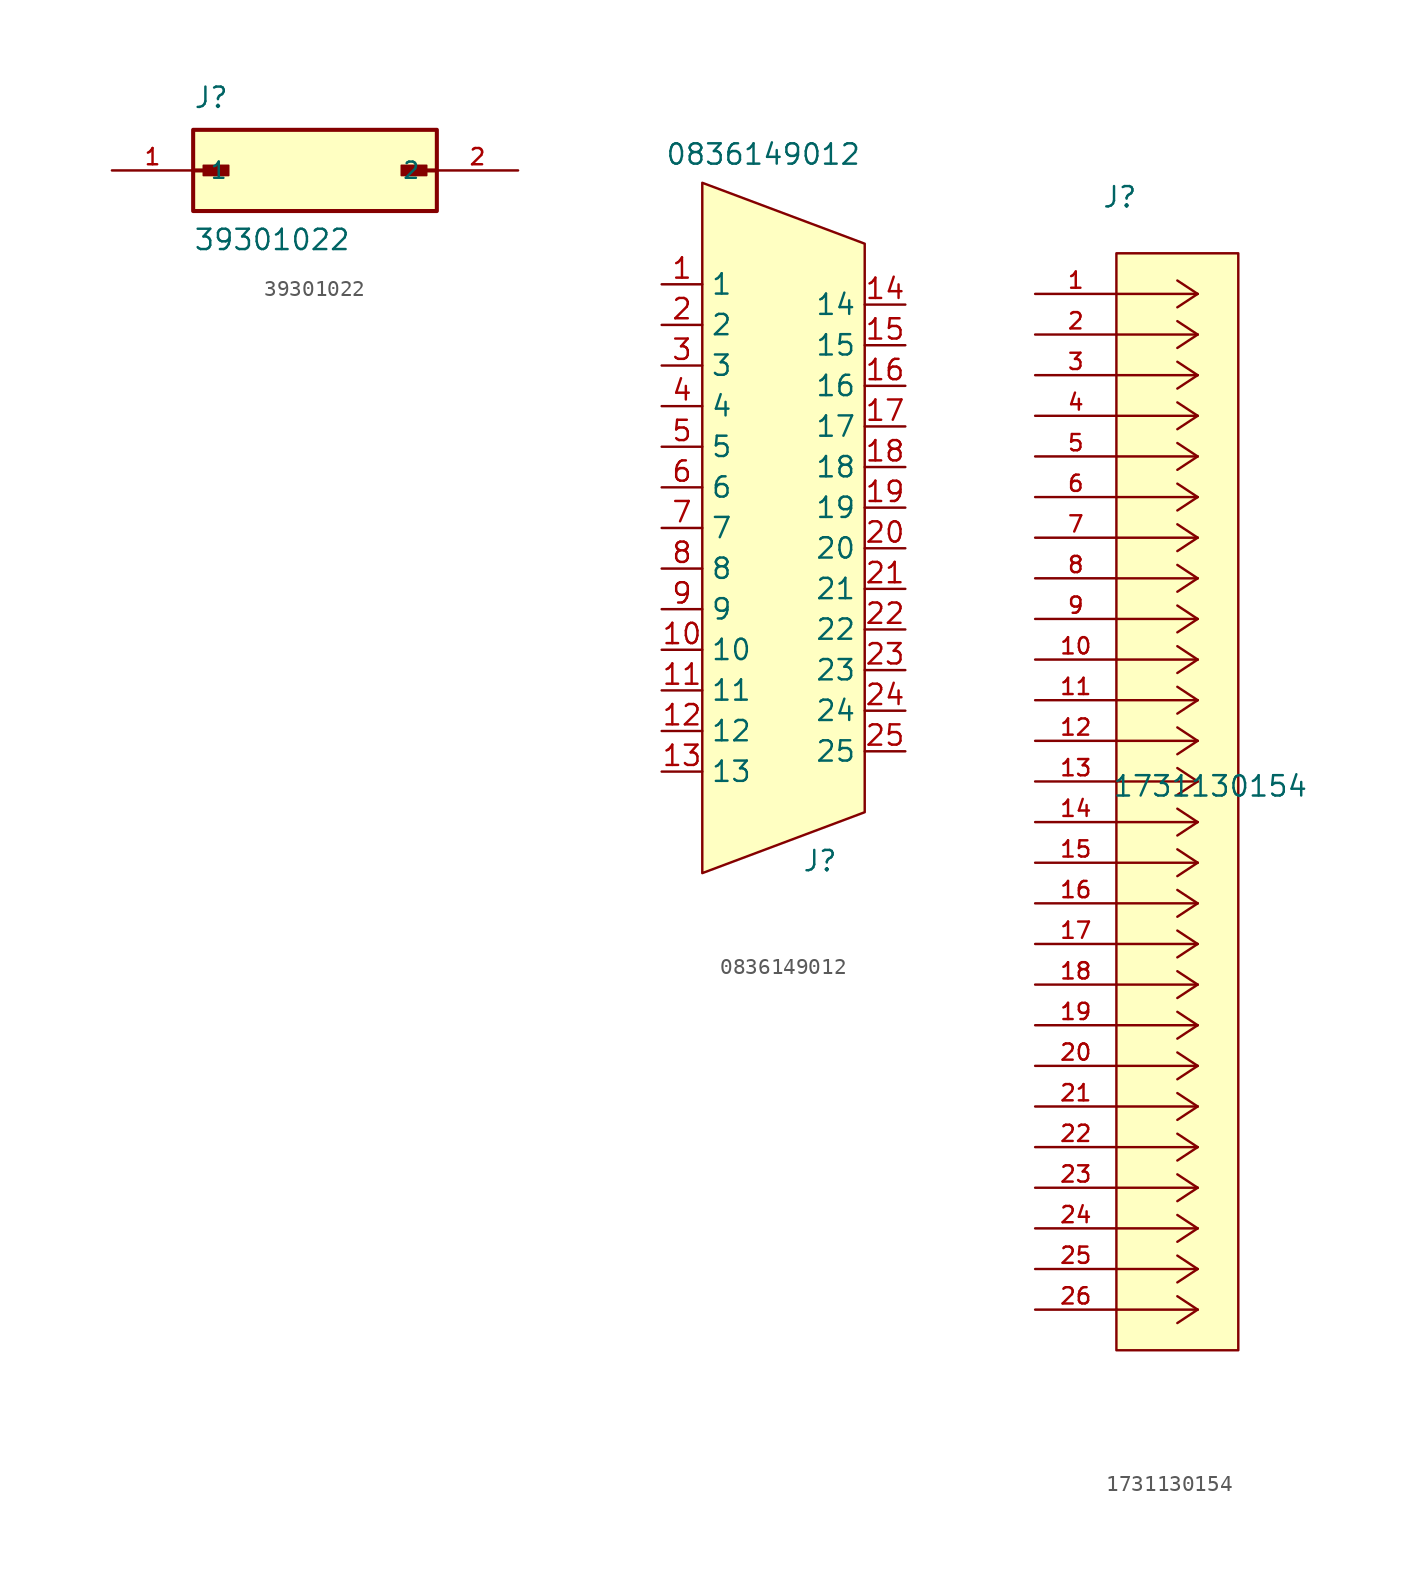
<source format=kicad_sym>
(kicad_symbol_lib
  (version 20241209)
  (generator "kicad_symbol_editor")
  (generator_version "9.0")
  (symbol "39301022"
    (pin_names
      (offset 1.016))
    (property "Reference" "J"
      (at -7.62 3.81 0)
      (effects (font (size 1.27 1.27)) (justify left bottom)))
    (property "Value" "39301022"
      (at -7.62 -5.08 0)
      (effects (font (size 1.27 1.27)) (justify left bottom)))
    (symbol "39301022_0_0"
      (polyline (pts (xy -7.62 0) (xy -5.715 0)) (stroke (width 0.254) (type default)) (fill (type none)))
      (rectangle (start -7.62 -2.54) (end 7.62 2.54) (stroke (width 0.254) (type default)) (fill (type background)))
      (rectangle (start -6.985 -0.318) (end -5.397 0.318) (stroke (width 0.1) (type default)) (fill (type outline)))
      (rectangle (start 5.397 -0.318) (end 6.985 0.318) (stroke (width 0.1) (type default)) (fill (type outline)))
      (polyline (pts (xy 7.62 0) (xy 5.715 0)) (stroke (width 0.254) (type default)) (fill (type none)))
      (pin passive line (at -12.7 0 0) (length 5.08) (name "1" (effects (font (size 1.016 1.016)))) (number "1" (effects (font (size 1.016 1.016)))))
      (pin passive line (at 12.7 0 180) (length 5.08) (name "2" (effects (font (size 1.016 1.016)))) (number "2" (effects (font (size 1.016 1.016)))))))
  (symbol "0836149012"
    (property "Reference" "J"
      (at 3.556 -39.878 0)
      (effects (font (size 1.27 1.27))))
    (property "Value" "0836149012"
      (at 0 4.318 0)
      (effects (font (size 1.27 1.27))))
    (symbol "0836149012_1_1"
      (polyline (pts (xy -3.81 0) (xy -3.81 -40.64) (xy 6.35 -36.83) (xy 6.35 -1.27) (xy -3.81 2.54) (xy -3.81 -1.27)) (stroke (width 0) (type default)) (fill (type background)))
      (pin input line (at -6.35 -3.81 0) (length 2.54) (name "1" (effects (font (size 1.27 1.27)))) (number "1" (effects (font (size 1.27 1.27)))))
      (pin input line (at -6.35 -6.35 0) (length 2.54) (name "2" (effects (font (size 1.27 1.27)))) (number "2" (effects (font (size 1.27 1.27)))))
      (pin input line (at -6.35 -8.89 0) (length 2.54) (name "3" (effects (font (size 1.27 1.27)))) (number "3" (effects (font (size 1.27 1.27)))))
      (pin input line (at -6.35 -11.43 0) (length 2.54) (name "4" (effects (font (size 1.27 1.27)))) (number "4" (effects (font (size 1.27 1.27)))))
      (pin input line (at -6.35 -13.97 0) (length 2.54) (name "5" (effects (font (size 1.27 1.27)))) (number "5" (effects (font (size 1.27 1.27)))))
      (pin input line (at -6.35 -16.51 0) (length 2.54) (name "6" (effects (font (size 1.27 1.27)))) (number "6" (effects (font (size 1.27 1.27)))))
      (pin input line (at -6.35 -19.05 0) (length 2.54) (name "7" (effects (font (size 1.27 1.27)))) (number "7" (effects (font (size 1.27 1.27)))))
      (pin input line (at -6.35 -21.59 0) (length 2.54) (name "8" (effects (font (size 1.27 1.27)))) (number "8" (effects (font (size 1.27 1.27)))))
      (pin input line (at -6.35 -24.13 0) (length 2.54) (name "9" (effects (font (size 1.27 1.27)))) (number "9" (effects (font (size 1.27 1.27)))))
      (pin input line (at -6.35 -26.67 0) (length 2.54) (name "10" (effects (font (size 1.27 1.27)))) (number "10" (effects (font (size 1.27 1.27)))))
      (pin input line (at -6.35 -29.21 0) (length 2.54) (name "11" (effects (font (size 1.27 1.27)))) (number "11" (effects (font (size 1.27 1.27)))))
      (pin input line (at -6.35 -31.75 0) (length 2.54) (name "12" (effects (font (size 1.27 1.27)))) (number "12" (effects (font (size 1.27 1.27)))))
      (pin input line (at -6.35 -34.29 0) (length 2.54) (name "13" (effects (font (size 1.27 1.27)))) (number "13" (effects (font (size 1.27 1.27)))))
      (pin input line (at 8.89 -5.08 180) (length 2.54) (name "14" (effects (font (size 1.27 1.27)))) (number "14" (effects (font (size 1.27 1.27)))))
      (pin input line (at 8.89 -7.62 180) (length 2.54) (name "15" (effects (font (size 1.27 1.27)))) (number "15" (effects (font (size 1.27 1.27)))))
      (pin input line (at 8.89 -10.16 180) (length 2.54) (name "16" (effects (font (size 1.27 1.27)))) (number "16" (effects (font (size 1.27 1.27)))))
      (pin input line (at 8.89 -12.7 180) (length 2.54) (name "17" (effects (font (size 1.27 1.27)))) (number "17" (effects (font (size 1.27 1.27)))))
      (pin input line (at 8.89 -15.24 180) (length 2.54) (name "18" (effects (font (size 1.27 1.27)))) (number "18" (effects (font (size 1.27 1.27)))))
      (pin input line (at 8.89 -17.78 180) (length 2.54) (name "19" (effects (font (size 1.27 1.27)))) (number "19" (effects (font (size 1.27 1.27)))))
      (pin input line (at 8.89 -20.32 180) (length 2.54) (name "20" (effects (font (size 1.27 1.27)))) (number "20" (effects (font (size 1.27 1.27)))))
      (pin input line (at 8.89 -22.86 180) (length 2.54) (name "21" (effects (font (size 1.27 1.27)))) (number "21" (effects (font (size 1.27 1.27)))))
      (pin input line (at 8.89 -25.4 180) (length 2.54) (name "22" (effects (font (size 1.27 1.27)))) (number "22" (effects (font (size 1.27 1.27)))))
      (pin input line (at 8.89 -27.94 180) (length 2.54) (name "23" (effects (font (size 1.27 1.27)))) (number "23" (effects (font (size 1.27 1.27)))))
      (pin input line (at 8.89 -30.48 180) (length 2.54) (name "24" (effects (font (size 1.27 1.27)))) (number "24" (effects (font (size 1.27 1.27)))))
      (pin input line (at 8.89 -33.02 180) (length 2.54) (name "25" (effects (font (size 1.27 1.27)))) (number "25" (effects (font (size 1.27 1.27)))))))
  (symbol "1731130154"
    (pin_names
      (offset 1.016))
    (property "Reference" "J"
      (at 4.166 5.309 0)
      (effects (font (size 1.27 1.27)) (justify left bottom)))
    (property "Value" "1731130154"
      (at 4.801 -31.521 0)
      (effects (font (size 1.27 1.27)) (justify left bottom)))
    (symbol "1731130154_0_0"
      (rectangle (start 5.08 -66.04) (end 12.7 2.54) (stroke (width 0.152) (type default)) (fill (type background)))
      (polyline (pts (xy 10.16 0) (xy 5.08 0)) (stroke (width 0.152) (type default)) (fill (type none)))
      (polyline (pts (xy 10.16 0) (xy 8.89 0.838)) (stroke (width 0.152) (type default)) (fill (type none)))
      (polyline (pts (xy 10.16 0) (xy 8.89 -0.838)) (stroke (width 0.152) (type default)) (fill (type none)))
      (polyline (pts (xy 10.16 -2.54) (xy 5.08 -2.54)) (stroke (width 0.152) (type default)) (fill (type none)))
      (polyline (pts (xy 10.16 -2.54) (xy 8.89 -1.702)) (stroke (width 0.152) (type default)) (fill (type none)))
      (polyline (pts (xy 10.16 -2.54) (xy 8.89 -3.378)) (stroke (width 0.152) (type default)) (fill (type none)))
      (polyline (pts (xy 10.16 -5.08) (xy 5.08 -5.08)) (stroke (width 0.152) (type default)) (fill (type none)))
      (polyline (pts (xy 10.16 -5.08) (xy 8.89 -4.242)) (stroke (width 0.152) (type default)) (fill (type none)))
      (polyline (pts (xy 10.16 -5.08) (xy 8.89 -5.918)) (stroke (width 0.152) (type default)) (fill (type none)))
      (polyline (pts (xy 10.16 -7.62) (xy 5.08 -7.62)) (stroke (width 0.152) (type default)) (fill (type none)))
      (polyline (pts (xy 10.16 -7.62) (xy 8.89 -6.782)) (stroke (width 0.152) (type default)) (fill (type none)))
      (polyline (pts (xy 10.16 -7.62) (xy 8.89 -8.458)) (stroke (width 0.152) (type default)) (fill (type none)))
      (polyline (pts (xy 10.16 -10.16) (xy 5.08 -10.16)) (stroke (width 0.152) (type default)) (fill (type none)))
      (polyline (pts (xy 10.16 -10.16) (xy 8.89 -9.322)) (stroke (width 0.152) (type default)) (fill (type none)))
      (polyline (pts (xy 10.16 -10.16) (xy 8.89 -10.998)) (stroke (width 0.152) (type default)) (fill (type none)))
      (polyline (pts (xy 10.16 -12.7) (xy 5.08 -12.7)) (stroke (width 0.152) (type default)) (fill (type none)))
      (polyline (pts (xy 10.16 -12.7) (xy 8.89 -11.862)) (stroke (width 0.152) (type default)) (fill (type none)))
      (polyline (pts (xy 10.16 -12.7) (xy 8.89 -13.538)) (stroke (width 0.152) (type default)) (fill (type none)))
      (polyline (pts (xy 10.16 -15.24) (xy 5.08 -15.24)) (stroke (width 0.152) (type default)) (fill (type none)))
      (polyline (pts (xy 10.16 -15.24) (xy 8.89 -14.402)) (stroke (width 0.152) (type default)) (fill (type none)))
      (polyline (pts (xy 10.16 -15.24) (xy 8.89 -16.078)) (stroke (width 0.152) (type default)) (fill (type none)))
      (polyline (pts (xy 10.16 -17.78) (xy 5.08 -17.78)) (stroke (width 0.152) (type default)) (fill (type none)))
      (polyline (pts (xy 10.16 -17.78) (xy 8.89 -16.942)) (stroke (width 0.152) (type default)) (fill (type none)))
      (polyline (pts (xy 10.16 -17.78) (xy 8.89 -18.618)) (stroke (width 0.152) (type default)) (fill (type none)))
      (polyline (pts (xy 10.16 -20.32) (xy 5.08 -20.32)) (stroke (width 0.152) (type default)) (fill (type none)))
      (polyline (pts (xy 10.16 -20.32) (xy 8.89 -19.482)) (stroke (width 0.152) (type default)) (fill (type none)))
      (polyline (pts (xy 10.16 -20.32) (xy 8.89 -21.158)) (stroke (width 0.152) (type default)) (fill (type none)))
      (polyline (pts (xy 10.16 -22.86) (xy 5.08 -22.86)) (stroke (width 0.152) (type default)) (fill (type none)))
      (polyline (pts (xy 10.16 -22.86) (xy 8.89 -22.022)) (stroke (width 0.152) (type default)) (fill (type none)))
      (polyline (pts (xy 10.16 -22.86) (xy 8.89 -23.698)) (stroke (width 0.152) (type default)) (fill (type none)))
      (polyline (pts (xy 10.16 -25.4) (xy 5.08 -25.4)) (stroke (width 0.152) (type default)) (fill (type none)))
      (polyline (pts (xy 10.16 -25.4) (xy 8.89 -24.562)) (stroke (width 0.152) (type default)) (fill (type none)))
      (polyline (pts (xy 10.16 -25.4) (xy 8.89 -26.238)) (stroke (width 0.152) (type default)) (fill (type none)))
      (polyline (pts (xy 10.16 -27.94) (xy 5.08 -27.94)) (stroke (width 0.152) (type default)) (fill (type none)))
      (polyline (pts (xy 10.16 -27.94) (xy 8.89 -27.102)) (stroke (width 0.152) (type default)) (fill (type none)))
      (polyline (pts (xy 10.16 -27.94) (xy 8.89 -28.778)) (stroke (width 0.152) (type default)) (fill (type none)))
      (polyline (pts (xy 10.16 -30.48) (xy 5.08 -30.48)) (stroke (width 0.152) (type default)) (fill (type none)))
      (polyline (pts (xy 10.16 -30.48) (xy 8.89 -29.642)) (stroke (width 0.152) (type default)) (fill (type none)))
      (polyline (pts (xy 10.16 -30.48) (xy 8.89 -31.318)) (stroke (width 0.152) (type default)) (fill (type none)))
      (polyline (pts (xy 10.16 -33.02) (xy 5.08 -33.02)) (stroke (width 0.152) (type default)) (fill (type none)))
      (polyline (pts (xy 10.16 -33.02) (xy 8.89 -32.182)) (stroke (width 0.152) (type default)) (fill (type none)))
      (polyline (pts (xy 10.16 -33.02) (xy 8.89 -33.858)) (stroke (width 0.152) (type default)) (fill (type none)))
      (polyline (pts (xy 10.16 -35.56) (xy 5.08 -35.56)) (stroke (width 0.152) (type default)) (fill (type none)))
      (polyline (pts (xy 10.16 -35.56) (xy 8.89 -34.722)) (stroke (width 0.152) (type default)) (fill (type none)))
      (polyline (pts (xy 10.16 -35.56) (xy 8.89 -36.398)) (stroke (width 0.152) (type default)) (fill (type none)))
      (polyline (pts (xy 10.16 -38.1) (xy 5.08 -38.1)) (stroke (width 0.152) (type default)) (fill (type none)))
      (polyline (pts (xy 10.16 -38.1) (xy 8.89 -37.262)) (stroke (width 0.152) (type default)) (fill (type none)))
      (polyline (pts (xy 10.16 -38.1) (xy 8.89 -38.938)) (stroke (width 0.152) (type default)) (fill (type none)))
      (polyline (pts (xy 10.16 -40.64) (xy 5.08 -40.64)) (stroke (width 0.152) (type default)) (fill (type none)))
      (polyline (pts (xy 10.16 -40.64) (xy 8.89 -39.802)) (stroke (width 0.152) (type default)) (fill (type none)))
      (polyline (pts (xy 10.16 -40.64) (xy 8.89 -41.478)) (stroke (width 0.152) (type default)) (fill (type none)))
      (polyline (pts (xy 10.16 -43.18) (xy 5.08 -43.18)) (stroke (width 0.152) (type default)) (fill (type none)))
      (polyline (pts (xy 10.16 -43.18) (xy 8.89 -42.342)) (stroke (width 0.152) (type default)) (fill (type none)))
      (polyline (pts (xy 10.16 -43.18) (xy 8.89 -44.018)) (stroke (width 0.152) (type default)) (fill (type none)))
      (polyline (pts (xy 10.16 -45.72) (xy 5.08 -45.72)) (stroke (width 0.152) (type default)) (fill (type none)))
      (polyline (pts (xy 10.16 -45.72) (xy 8.89 -44.882)) (stroke (width 0.152) (type default)) (fill (type none)))
      (polyline (pts (xy 10.16 -45.72) (xy 8.89 -46.558)) (stroke (width 0.152) (type default)) (fill (type none)))
      (polyline (pts (xy 10.16 -48.26) (xy 5.08 -48.26)) (stroke (width 0.152) (type default)) (fill (type none)))
      (polyline (pts (xy 10.16 -48.26) (xy 8.89 -47.422)) (stroke (width 0.152) (type default)) (fill (type none)))
      (polyline (pts (xy 10.16 -48.26) (xy 8.89 -49.098)) (stroke (width 0.152) (type default)) (fill (type none)))
      (polyline (pts (xy 10.16 -50.8) (xy 5.08 -50.8)) (stroke (width 0.152) (type default)) (fill (type none)))
      (polyline (pts (xy 10.16 -50.8) (xy 8.89 -49.962)) (stroke (width 0.152) (type default)) (fill (type none)))
      (polyline (pts (xy 10.16 -50.8) (xy 8.89 -51.638)) (stroke (width 0.152) (type default)) (fill (type none)))
      (polyline (pts (xy 10.16 -53.34) (xy 5.08 -53.34)) (stroke (width 0.152) (type default)) (fill (type none)))
      (polyline (pts (xy 10.16 -53.34) (xy 8.89 -52.502)) (stroke (width 0.152) (type default)) (fill (type none)))
      (polyline (pts (xy 10.16 -53.34) (xy 8.89 -54.178)) (stroke (width 0.152) (type default)) (fill (type none)))
      (polyline (pts (xy 10.16 -55.88) (xy 5.08 -55.88)) (stroke (width 0.152) (type default)) (fill (type none)))
      (polyline (pts (xy 10.16 -55.88) (xy 8.89 -55.042)) (stroke (width 0.152) (type default)) (fill (type none)))
      (polyline (pts (xy 10.16 -55.88) (xy 8.89 -56.718)) (stroke (width 0.152) (type default)) (fill (type none)))
      (polyline (pts (xy 10.16 -58.42) (xy 5.08 -58.42)) (stroke (width 0.152) (type default)) (fill (type none)))
      (polyline (pts (xy 10.16 -58.42) (xy 8.89 -57.582)) (stroke (width 0.152) (type default)) (fill (type none)))
      (polyline (pts (xy 10.16 -58.42) (xy 8.89 -59.258)) (stroke (width 0.152) (type default)) (fill (type none)))
      (polyline (pts (xy 10.16 -60.96) (xy 5.08 -60.96)) (stroke (width 0.152) (type default)) (fill (type none)))
      (polyline (pts (xy 10.16 -60.96) (xy 8.89 -60.122)) (stroke (width 0.152) (type default)) (fill (type none)))
      (polyline (pts (xy 10.16 -60.96) (xy 8.89 -61.798)) (stroke (width 0.152) (type default)) (fill (type none)))
      (polyline (pts (xy 10.16 -63.5) (xy 5.08 -63.5)) (stroke (width 0.152) (type default)) (fill (type none)))
      (polyline (pts (xy 10.16 -63.5) (xy 8.89 -62.662)) (stroke (width 0.152) (type default)) (fill (type none)))
      (polyline (pts (xy 10.16 -63.5) (xy 8.89 -64.338)) (stroke (width 0.152) (type default)) (fill (type none)))
      (pin passive line (at 0 0 0) (length 5.08) (name "~" (effects (font (size 1.016 1.016)))) (number "1" (effects (font (size 1.016 1.016)))))
      (pin passive line (at 0 -2.54 0) (length 5.08) (name "~" (effects (font (size 1.016 1.016)))) (number "2" (effects (font (size 1.016 1.016)))))
      (pin passive line (at 0 -5.08 0) (length 5.08) (name "~" (effects (font (size 1.016 1.016)))) (number "3" (effects (font (size 1.016 1.016)))))
      (pin passive line (at 0 -7.62 0) (length 5.08) (name "~" (effects (font (size 1.016 1.016)))) (number "4" (effects (font (size 1.016 1.016)))))
      (pin passive line (at 0 -10.16 0) (length 5.08) (name "~" (effects (font (size 1.016 1.016)))) (number "5" (effects (font (size 1.016 1.016)))))
      (pin passive line (at 0 -12.7 0) (length 5.08) (name "~" (effects (font (size 1.016 1.016)))) (number "6" (effects (font (size 1.016 1.016)))))
      (pin passive line (at 0 -15.24 0) (length 5.08) (name "~" (effects (font (size 1.016 1.016)))) (number "7" (effects (font (size 1.016 1.016)))))
      (pin passive line (at 0 -17.78 0) (length 5.08) (name "~" (effects (font (size 1.016 1.016)))) (number "8" (effects (font (size 1.016 1.016)))))
      (pin passive line (at 0 -20.32 0) (length 5.08) (name "~" (effects (font (size 1.016 1.016)))) (number "9" (effects (font (size 1.016 1.016)))))
      (pin passive line (at 0 -22.86 0) (length 5.08) (name "~" (effects (font (size 1.016 1.016)))) (number "10" (effects (font (size 1.016 1.016)))))
      (pin passive line (at 0 -25.4 0) (length 5.08) (name "~" (effects (font (size 1.016 1.016)))) (number "11" (effects (font (size 1.016 1.016)))))
      (pin passive line (at 0 -27.94 0) (length 5.08) (name "~" (effects (font (size 1.016 1.016)))) (number "12" (effects (font (size 1.016 1.016)))))
      (pin passive line (at 0 -30.48 0) (length 5.08) (name "~" (effects (font (size 1.016 1.016)))) (number "13" (effects (font (size 1.016 1.016)))))
      (pin passive line (at 0 -33.02 0) (length 5.08) (name "~" (effects (font (size 1.016 1.016)))) (number "14" (effects (font (size 1.016 1.016)))))
      (pin passive line (at 0 -35.56 0) (length 5.08) (name "~" (effects (font (size 1.016 1.016)))) (number "15" (effects (font (size 1.016 1.016)))))
      (pin passive line (at 0 -38.1 0) (length 5.08) (name "~" (effects (font (size 1.016 1.016)))) (number "16" (effects (font (size 1.016 1.016)))))
      (pin passive line (at 0 -40.64 0) (length 5.08) (name "~" (effects (font (size 1.016 1.016)))) (number "17" (effects (font (size 1.016 1.016)))))
      (pin passive line (at 0 -43.18 0) (length 5.08) (name "~" (effects (font (size 1.016 1.016)))) (number "18" (effects (font (size 1.016 1.016)))))
      (pin passive line (at 0 -45.72 0) (length 5.08) (name "~" (effects (font (size 1.016 1.016)))) (number "19" (effects (font (size 1.016 1.016)))))
      (pin passive line (at 0 -48.26 0) (length 5.08) (name "~" (effects (font (size 1.016 1.016)))) (number "20" (effects (font (size 1.016 1.016)))))
      (pin passive line (at 0 -50.8 0) (length 5.08) (name "~" (effects (font (size 1.016 1.016)))) (number "21" (effects (font (size 1.016 1.016)))))
      (pin passive line (at 0 -53.34 0) (length 5.08) (name "~" (effects (font (size 1.016 1.016)))) (number "22" (effects (font (size 1.016 1.016)))))
      (pin passive line (at 0 -55.88 0) (length 5.08) (name "~" (effects (font (size 1.016 1.016)))) (number "23" (effects (font (size 1.016 1.016)))))
      (pin passive line (at 0 -58.42 0) (length 5.08) (name "~" (effects (font (size 1.016 1.016)))) (number "24" (effects (font (size 1.016 1.016)))))
      (pin passive line (at 0 -60.96 0) (length 5.08) (name "~" (effects (font (size 1.016 1.016)))) (number "25" (effects (font (size 1.016 1.016)))))
      (pin passive line (at 0 -63.5 0) (length 5.08) (name "~" (effects (font (size 1.016 1.016)))) (number "26" (effects (font (size 1.016 1.016))))))))
</source>
